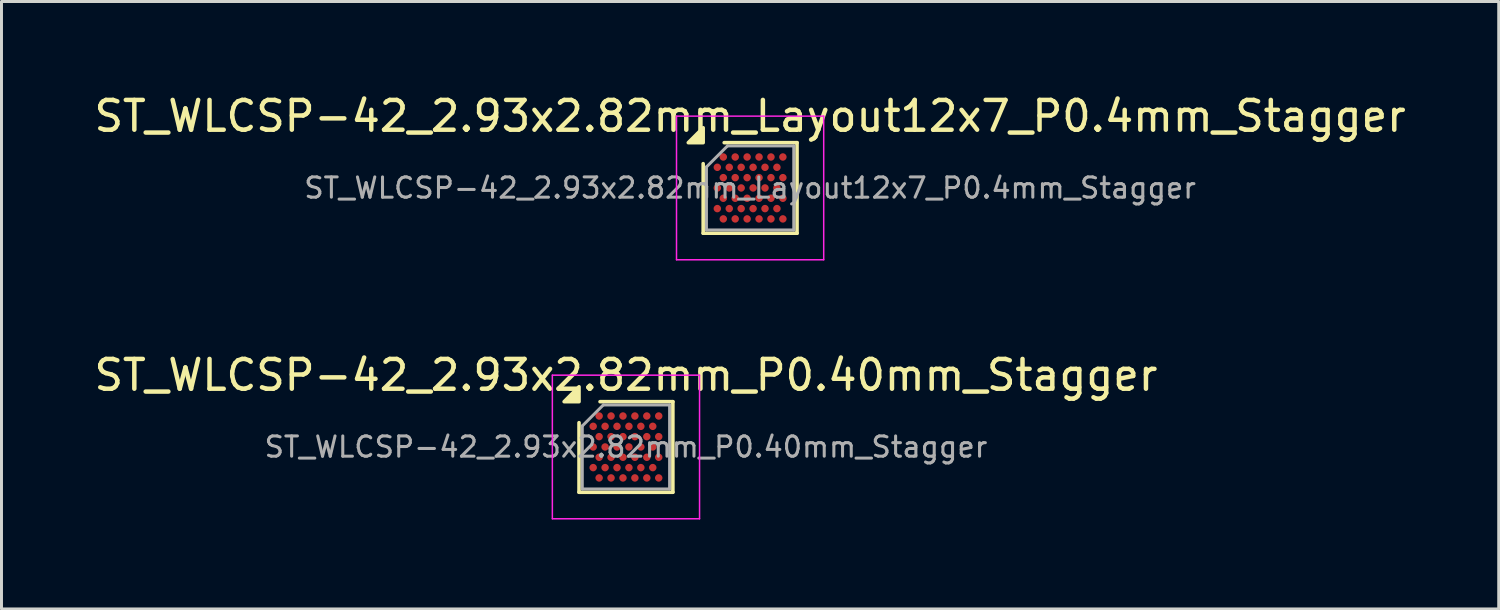
<source format=kicad_pcb>
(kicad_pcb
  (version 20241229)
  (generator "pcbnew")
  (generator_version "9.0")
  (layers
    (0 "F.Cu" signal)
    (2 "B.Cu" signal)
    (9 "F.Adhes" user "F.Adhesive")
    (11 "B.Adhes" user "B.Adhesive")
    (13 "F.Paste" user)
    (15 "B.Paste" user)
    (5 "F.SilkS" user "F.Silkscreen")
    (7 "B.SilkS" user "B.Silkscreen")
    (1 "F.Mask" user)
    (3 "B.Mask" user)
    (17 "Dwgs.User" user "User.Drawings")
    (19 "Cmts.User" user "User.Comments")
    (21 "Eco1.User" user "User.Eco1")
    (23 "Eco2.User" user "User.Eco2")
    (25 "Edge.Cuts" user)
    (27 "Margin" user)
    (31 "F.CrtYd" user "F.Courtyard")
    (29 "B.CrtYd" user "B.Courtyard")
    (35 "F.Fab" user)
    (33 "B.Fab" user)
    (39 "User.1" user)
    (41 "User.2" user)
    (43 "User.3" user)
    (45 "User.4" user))
  (footprint "ST_WLCSP-42_2.93x2.82mm_Layout12x7_P0.4mm_Stagger"
    (layer "F.Cu")
    (at 22.125 3.258)
    (property "Reference" "ST_WLCSP-42_2.93x2.82mm_Layout12x7_P0.4mm_Stagger" (at 0 -2.41 0) (layer "F.SilkS") (effects (font (size 1 1) (thickness 0.15))))
    (attr smd)
    (fp_line (start -1.575 1.52) (end -1.575 -0.815) (stroke (width 0.12) (type solid)) (layer "F.SilkS"))
    (fp_line (start -0.87 -1.52) (end 1.575 -1.52) (stroke (width 0.12) (type solid)) (layer "F.SilkS"))
    (fp_line (start 1.575 -1.52) (end 1.575 1.52) (stroke (width 0.12) (type solid)) (layer "F.SilkS"))
    (fp_line (start 1.575 1.52) (end -1.575 1.52) (stroke (width 0.12) (type solid)) (layer "F.SilkS"))
    (fp_poly (pts (xy -1.575 -1.52) (xy -2.075 -1.52) (xy -1.575 -2.02) (xy -1.575 -1.52)) (stroke (width 0.12) (type solid)) (fill yes) (layer "F.SilkS"))
    (fp_line (start -2.47 -2.41) (end -2.47 2.41) (stroke (width 0.05) (type solid)) (layer "F.CrtYd"))
    (fp_line (start -2.47 2.41) (end 2.47 2.41) (stroke (width 0.05) (type solid)) (layer "F.CrtYd"))
    (fp_line (start 2.47 -2.41) (end -2.47 -2.41) (stroke (width 0.05) (type solid)) (layer "F.CrtYd"))
    (fp_line (start 2.47 2.41) (end 2.47 -2.41) (stroke (width 0.05) (type solid)) (layer "F.CrtYd"))
    (fp_line (start -1.465 -0.705) (end -0.76 -1.41) (stroke (width 0.1) (type solid)) (layer "F.Fab"))
    (fp_line (start -1.465 1.41) (end -1.465 -0.705) (stroke (width 0.1) (type solid)) (layer "F.Fab"))
    (fp_line (start -0.76 -1.41) (end 1.465 -1.41) (stroke (width 0.1) (type solid)) (layer "F.Fab"))
    (fp_line (start 1.465 -1.41) (end 1.465 1.41) (stroke (width 0.1) (type solid)) (layer "F.Fab"))
    (fp_line (start 1.465 1.41) (end -1.465 1.41) (stroke (width 0.1) (type solid)) (layer "F.Fab"))
    (fp_text user "${REFERENCE}" (at 0 0 0) (layer "F.Fab") (effects (font (size 0.68 0.68) (thickness 0.102))))
    (pad "A2" smd circle (at -0.9 -1.039) (size 0.25 0.25) (property pad_prop_bga) (layers "F.Cu" "F.Mask" "F.Paste"))
    (pad "A4" smd circle (at -0.5 -1.039) (size 0.25 0.25) (property pad_prop_bga) (layers "F.Cu" "F.Mask" "F.Paste"))
    (pad "A6" smd circle (at -0.1 -1.039) (size 0.25 0.25) (property pad_prop_bga) (layers "F.Cu" "F.Mask" "F.Paste"))
    (pad "A8" smd circle (at 0.3 -1.039) (size 0.25 0.25) (property pad_prop_bga) (layers "F.Cu" "F.Mask" "F.Paste"))
    (pad "A10" smd circle (at 0.7 -1.039) (size 0.25 0.25) (property pad_prop_bga) (layers "F.Cu" "F.Mask" "F.Paste"))
    (pad "A12" smd circle (at 1.1 -1.039) (size 0.25 0.25) (property pad_prop_bga) (layers "F.Cu" "F.Mask" "F.Paste"))
    (pad "B1" smd circle (at -1.1 -0.693) (size 0.25 0.25) (property pad_prop_bga) (layers "F.Cu" "F.Mask" "F.Paste"))
    (pad "B3" smd circle (at -0.7 -0.693) (size 0.25 0.25) (property pad_prop_bga) (layers "F.Cu" "F.Mask" "F.Paste"))
    (pad "B5" smd circle (at -0.3 -0.693) (size 0.25 0.25) (property pad_prop_bga) (layers "F.Cu" "F.Mask" "F.Paste"))
    (pad "B7" smd circle (at 0.1 -0.693) (size 0.25 0.25) (property pad_prop_bga) (layers "F.Cu" "F.Mask" "F.Paste"))
    (pad "B9" smd circle (at 0.5 -0.693) (size 0.25 0.25) (property pad_prop_bga) (layers "F.Cu" "F.Mask" "F.Paste"))
    (pad "B11" smd circle (at 0.9 -0.693) (size 0.25 0.25) (property pad_prop_bga) (layers "F.Cu" "F.Mask" "F.Paste"))
    (pad "C2" smd circle (at -0.9 -0.346) (size 0.25 0.25) (property pad_prop_bga) (layers "F.Cu" "F.Mask" "F.Paste"))
    (pad "C4" smd circle (at -0.5 -0.346) (size 0.25 0.25) (property pad_prop_bga) (layers "F.Cu" "F.Mask" "F.Paste"))
    (pad "C6" smd circle (at -0.1 -0.346) (size 0.25 0.25) (property pad_prop_bga) (layers "F.Cu" "F.Mask" "F.Paste"))
    (pad "C8" smd circle (at 0.3 -0.346) (size 0.25 0.25) (property pad_prop_bga) (layers "F.Cu" "F.Mask" "F.Paste"))
    (pad "C10" smd circle (at 0.7 -0.346) (size 0.25 0.25) (property pad_prop_bga) (layers "F.Cu" "F.Mask" "F.Paste"))
    (pad "C12" smd circle (at 1.1 -0.346) (size 0.25 0.25) (property pad_prop_bga) (layers "F.Cu" "F.Mask" "F.Paste"))
    (pad "D1" smd circle (at -1.1 0) (size 0.25 0.25) (property pad_prop_bga) (layers "F.Cu" "F.Mask" "F.Paste"))
    (pad "D3" smd circle (at -0.7 0) (size 0.25 0.25) (property pad_prop_bga) (layers "F.Cu" "F.Mask" "F.Paste"))
    (pad "D5" smd circle (at -0.3 0) (size 0.25 0.25) (property pad_prop_bga) (layers "F.Cu" "F.Mask" "F.Paste"))
    (pad "D7" smd circle (at 0.1 0) (size 0.25 0.25) (property pad_prop_bga) (layers "F.Cu" "F.Mask" "F.Paste"))
    (pad "D9" smd circle (at 0.5 0) (size 0.25 0.25) (property pad_prop_bga) (layers "F.Cu" "F.Mask" "F.Paste"))
    (pad "D11" smd circle (at 0.9 0) (size 0.25 0.25) (property pad_prop_bga) (layers "F.Cu" "F.Mask" "F.Paste"))
    (pad "E2" smd circle (at -0.9 0.346) (size 0.25 0.25) (property pad_prop_bga) (layers "F.Cu" "F.Mask" "F.Paste"))
    (pad "E4" smd circle (at -0.5 0.346) (size 0.25 0.25) (property pad_prop_bga) (layers "F.Cu" "F.Mask" "F.Paste"))
    (pad "E6" smd circle (at -0.1 0.346) (size 0.25 0.25) (property pad_prop_bga) (layers "F.Cu" "F.Mask" "F.Paste"))
    (pad "E8" smd circle (at 0.3 0.346) (size 0.25 0.25) (property pad_prop_bga) (layers "F.Cu" "F.Mask" "F.Paste"))
    (pad "E10" smd circle (at 0.7 0.346) (size 0.25 0.25) (property pad_prop_bga) (layers "F.Cu" "F.Mask" "F.Paste"))
    (pad "E12" smd circle (at 1.1 0.346) (size 0.25 0.25) (property pad_prop_bga) (layers "F.Cu" "F.Mask" "F.Paste"))
    (pad "F1" smd circle (at -1.1 0.693) (size 0.25 0.25) (property pad_prop_bga) (layers "F.Cu" "F.Mask" "F.Paste"))
    (pad "F3" smd circle (at -0.7 0.693) (size 0.25 0.25) (property pad_prop_bga) (layers "F.Cu" "F.Mask" "F.Paste"))
    (pad "F5" smd circle (at -0.3 0.693) (size 0.25 0.25) (property pad_prop_bga) (layers "F.Cu" "F.Mask" "F.Paste"))
    (pad "F7" smd circle (at 0.1 0.693) (size 0.25 0.25) (property pad_prop_bga) (layers "F.Cu" "F.Mask" "F.Paste"))
    (pad "F9" smd circle (at 0.5 0.693) (size 0.25 0.25) (property pad_prop_bga) (layers "F.Cu" "F.Mask" "F.Paste"))
    (pad "F11" smd circle (at 0.9 0.693) (size 0.25 0.25) (property pad_prop_bga) (layers "F.Cu" "F.Mask" "F.Paste"))
    (pad "G2" smd circle (at -0.9 1.039) (size 0.25 0.25) (property pad_prop_bga) (layers "F.Cu" "F.Mask" "F.Paste"))
    (pad "G4" smd circle (at -0.5 1.039) (size 0.25 0.25) (property pad_prop_bga) (layers "F.Cu" "F.Mask" "F.Paste"))
    (pad "G6" smd circle (at -0.1 1.039) (size 0.25 0.25) (property pad_prop_bga) (layers "F.Cu" "F.Mask" "F.Paste"))
    (pad "G8" smd circle (at 0.3 1.039) (size 0.25 0.25) (property pad_prop_bga) (layers "F.Cu" "F.Mask" "F.Paste"))
    (pad "G10" smd circle (at 0.7 1.039) (size 0.25 0.25) (property pad_prop_bga) (layers "F.Cu" "F.Mask" "F.Paste"))
    (pad "G12" smd circle (at 1.1 1.039) (size 0.25 0.25) (property pad_prop_bga) (layers "F.Cu" "F.Mask" "F.Paste")))
  (footprint "ST_WLCSP-42_2.93x2.82mm_P0.40mm_Stagger"
    (layer "F.Cu")
    (at 17.958 11.951)
    (property "Reference" "ST_WLCSP-42_2.93x2.82mm_P0.40mm_Stagger" (at 0 -2.41 0) (layer "F.SilkS") (effects (font (size 1 1) (thickness 0.15))))
    (attr smd)
    (fp_line (start -1.575 1.52) (end -1.575 -0.815) (stroke (width 0.12) (type solid)) (layer "F.SilkS"))
    (fp_line (start -0.87 -1.52) (end 1.575 -1.52) (stroke (width 0.12) (type solid)) (layer "F.SilkS"))
    (fp_line (start 1.575 -1.52) (end 1.575 1.52) (stroke (width 0.12) (type solid)) (layer "F.SilkS"))
    (fp_line (start 1.575 1.52) (end -1.575 1.52) (stroke (width 0.12) (type solid)) (layer "F.SilkS"))
    (fp_poly (pts (xy -1.575 -1.52) (xy -2.075 -1.52) (xy -1.575 -2.02) (xy -1.575 -1.52)) (stroke (width 0.12) (type solid)) (fill yes) (layer "F.SilkS"))
    (fp_line (start -2.47 -2.41) (end -2.47 2.41) (stroke (width 0.05) (type solid)) (layer "F.CrtYd"))
    (fp_line (start -2.47 2.41) (end 2.47 2.41) (stroke (width 0.05) (type solid)) (layer "F.CrtYd"))
    (fp_line (start 2.47 -2.41) (end -2.47 -2.41) (stroke (width 0.05) (type solid)) (layer "F.CrtYd"))
    (fp_line (start 2.47 2.41) (end 2.47 -2.41) (stroke (width 0.05) (type solid)) (layer "F.CrtYd"))
    (fp_line (start -1.465 -0.705) (end -0.76 -1.41) (stroke (width 0.1) (type solid)) (layer "F.Fab"))
    (fp_line (start -1.465 1.41) (end -1.465 -0.705) (stroke (width 0.1) (type solid)) (layer "F.Fab"))
    (fp_line (start -0.76 -1.41) (end 1.465 -1.41) (stroke (width 0.1) (type solid)) (layer "F.Fab"))
    (fp_line (start 1.465 -1.41) (end 1.465 1.41) (stroke (width 0.1) (type solid)) (layer "F.Fab"))
    (fp_line (start 1.465 1.41) (end -1.465 1.41) (stroke (width 0.1) (type solid)) (layer "F.Fab"))
    (fp_text user "${REFERENCE}" (at 0 0 0) (layer "F.Fab") (effects (font (size 0.68 0.68) (thickness 0.102))))
    (pad "A2" smd circle (at -0.9 -1.039) (size 0.25 0.25) (property pad_prop_bga) (layers "F.Cu" "F.Mask" "F.Paste"))
    (pad "A4" smd circle (at -0.5 -1.039) (size 0.25 0.25) (property pad_prop_bga) (layers "F.Cu" "F.Mask" "F.Paste"))
    (pad "A6" smd circle (at -0.1 -1.039) (size 0.25 0.25) (property pad_prop_bga) (layers "F.Cu" "F.Mask" "F.Paste"))
    (pad "A8" smd circle (at 0.3 -1.039) (size 0.25 0.25) (property pad_prop_bga) (layers "F.Cu" "F.Mask" "F.Paste"))
    (pad "A10" smd circle (at 0.7 -1.039) (size 0.25 0.25) (property pad_prop_bga) (layers "F.Cu" "F.Mask" "F.Paste"))
    (pad "A12" smd circle (at 1.1 -1.039) (size 0.25 0.25) (property pad_prop_bga) (layers "F.Cu" "F.Mask" "F.Paste"))
    (pad "B1" smd circle (at -1.1 -0.693) (size 0.25 0.25) (property pad_prop_bga) (layers "F.Cu" "F.Mask" "F.Paste"))
    (pad "B3" smd circle (at -0.7 -0.693) (size 0.25 0.25) (property pad_prop_bga) (layers "F.Cu" "F.Mask" "F.Paste"))
    (pad "B5" smd circle (at -0.3 -0.693) (size 0.25 0.25) (property pad_prop_bga) (layers "F.Cu" "F.Mask" "F.Paste"))
    (pad "B7" smd circle (at 0.1 -0.693) (size 0.25 0.25) (property pad_prop_bga) (layers "F.Cu" "F.Mask" "F.Paste"))
    (pad "B9" smd circle (at 0.5 -0.693) (size 0.25 0.25) (property pad_prop_bga) (layers "F.Cu" "F.Mask" "F.Paste"))
    (pad "B11" smd circle (at 0.9 -0.693) (size 0.25 0.25) (property pad_prop_bga) (layers "F.Cu" "F.Mask" "F.Paste"))
    (pad "C2" smd circle (at -0.9 -0.346) (size 0.25 0.25) (property pad_prop_bga) (layers "F.Cu" "F.Mask" "F.Paste"))
    (pad "C4" smd circle (at -0.5 -0.346) (size 0.25 0.25) (property pad_prop_bga) (layers "F.Cu" "F.Mask" "F.Paste"))
    (pad "C6" smd circle (at -0.1 -0.346) (size 0.25 0.25) (property pad_prop_bga) (layers "F.Cu" "F.Mask" "F.Paste"))
    (pad "C8" smd circle (at 0.3 -0.346) (size 0.25 0.25) (property pad_prop_bga) (layers "F.Cu" "F.Mask" "F.Paste"))
    (pad "C10" smd circle (at 0.7 -0.346) (size 0.25 0.25) (property pad_prop_bga) (layers "F.Cu" "F.Mask" "F.Paste"))
    (pad "C12" smd circle (at 1.1 -0.346) (size 0.25 0.25) (property pad_prop_bga) (layers "F.Cu" "F.Mask" "F.Paste"))
    (pad "D1" smd circle (at -1.1 0) (size 0.25 0.25) (property pad_prop_bga) (layers "F.Cu" "F.Mask" "F.Paste"))
    (pad "D3" smd circle (at -0.7 0) (size 0.25 0.25) (property pad_prop_bga) (layers "F.Cu" "F.Mask" "F.Paste"))
    (pad "D5" smd circle (at -0.3 0) (size 0.25 0.25) (property pad_prop_bga) (layers "F.Cu" "F.Mask" "F.Paste"))
    (pad "D7" smd circle (at 0.1 0) (size 0.25 0.25) (property pad_prop_bga) (layers "F.Cu" "F.Mask" "F.Paste"))
    (pad "D9" smd circle (at 0.5 0) (size 0.25 0.25) (property pad_prop_bga) (layers "F.Cu" "F.Mask" "F.Paste"))
    (pad "D11" smd circle (at 0.9 0) (size 0.25 0.25) (property pad_prop_bga) (layers "F.Cu" "F.Mask" "F.Paste"))
    (pad "E2" smd circle (at -0.9 0.346) (size 0.25 0.25) (property pad_prop_bga) (layers "F.Cu" "F.Mask" "F.Paste"))
    (pad "E4" smd circle (at -0.5 0.346) (size 0.25 0.25) (property pad_prop_bga) (layers "F.Cu" "F.Mask" "F.Paste"))
    (pad "E6" smd circle (at -0.1 0.346) (size 0.25 0.25) (property pad_prop_bga) (layers "F.Cu" "F.Mask" "F.Paste"))
    (pad "E8" smd circle (at 0.3 0.346) (size 0.25 0.25) (property pad_prop_bga) (layers "F.Cu" "F.Mask" "F.Paste"))
    (pad "E10" smd circle (at 0.7 0.346) (size 0.25 0.25) (property pad_prop_bga) (layers "F.Cu" "F.Mask" "F.Paste"))
    (pad "E12" smd circle (at 1.1 0.346) (size 0.25 0.25) (property pad_prop_bga) (layers "F.Cu" "F.Mask" "F.Paste"))
    (pad "F1" smd circle (at -1.1 0.693) (size 0.25 0.25) (property pad_prop_bga) (layers "F.Cu" "F.Mask" "F.Paste"))
    (pad "F3" smd circle (at -0.7 0.693) (size 0.25 0.25) (property pad_prop_bga) (layers "F.Cu" "F.Mask" "F.Paste"))
    (pad "F5" smd circle (at -0.3 0.693) (size 0.25 0.25) (property pad_prop_bga) (layers "F.Cu" "F.Mask" "F.Paste"))
    (pad "F7" smd circle (at 0.1 0.693) (size 0.25 0.25) (property pad_prop_bga) (layers "F.Cu" "F.Mask" "F.Paste"))
    (pad "F9" smd circle (at 0.5 0.693) (size 0.25 0.25) (property pad_prop_bga) (layers "F.Cu" "F.Mask" "F.Paste"))
    (pad "F11" smd circle (at 0.9 0.693) (size 0.25 0.25) (property pad_prop_bga) (layers "F.Cu" "F.Mask" "F.Paste"))
    (pad "G2" smd circle (at -0.9 1.039) (size 0.25 0.25) (property pad_prop_bga) (layers "F.Cu" "F.Mask" "F.Paste"))
    (pad "G4" smd circle (at -0.5 1.039) (size 0.25 0.25) (property pad_prop_bga) (layers "F.Cu" "F.Mask" "F.Paste"))
    (pad "G6" smd circle (at -0.1 1.039) (size 0.25 0.25) (property pad_prop_bga) (layers "F.Cu" "F.Mask" "F.Paste"))
    (pad "G8" smd circle (at 0.3 1.039) (size 0.25 0.25) (property pad_prop_bga) (layers "F.Cu" "F.Mask" "F.Paste"))
    (pad "G10" smd circle (at 0.7 1.039) (size 0.25 0.25) (property pad_prop_bga) (layers "F.Cu" "F.Mask" "F.Paste"))
    (pad "G12" smd circle (at 1.1 1.039) (size 0.25 0.25) (property pad_prop_bga) (layers "F.Cu" "F.Mask" "F.Paste")))
  (gr_rect
    (start -3 -3)
    (end 47.25 17.387)
    (stroke (width 0.1) (type default))
    (fill no)
    (layer "Edge.Cuts")))
</source>
